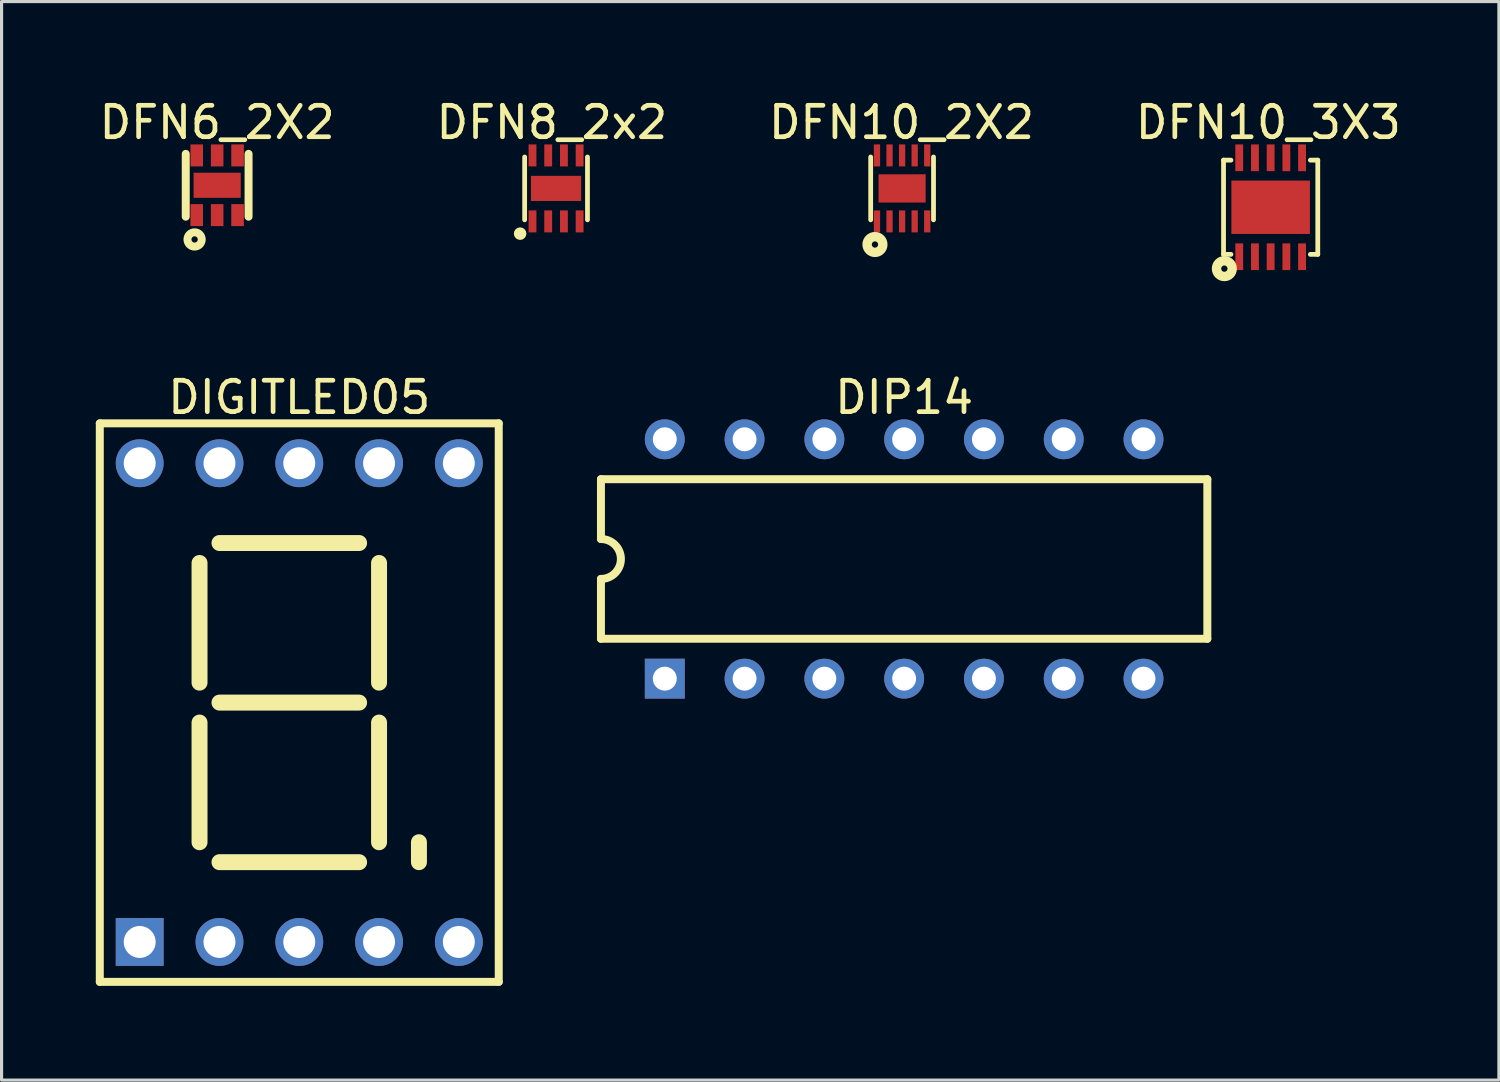
<source format=kicad_pcb>
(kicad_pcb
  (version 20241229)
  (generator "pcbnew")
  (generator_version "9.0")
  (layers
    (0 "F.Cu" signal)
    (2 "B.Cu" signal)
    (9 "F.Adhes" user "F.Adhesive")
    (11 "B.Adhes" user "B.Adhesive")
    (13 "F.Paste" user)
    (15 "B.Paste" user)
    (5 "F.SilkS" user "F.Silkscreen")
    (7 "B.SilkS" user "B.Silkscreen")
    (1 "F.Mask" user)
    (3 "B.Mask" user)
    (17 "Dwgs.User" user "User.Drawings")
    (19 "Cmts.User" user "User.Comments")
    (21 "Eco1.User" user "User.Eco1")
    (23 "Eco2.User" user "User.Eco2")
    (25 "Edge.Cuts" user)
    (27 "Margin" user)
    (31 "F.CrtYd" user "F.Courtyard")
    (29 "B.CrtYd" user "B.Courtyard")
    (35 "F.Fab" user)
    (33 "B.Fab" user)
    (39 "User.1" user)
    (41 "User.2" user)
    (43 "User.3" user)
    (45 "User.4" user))
  (footprint "DFN10_2X2"
    (layer "F.Cu")
    (at 25.668 2.948)
    (property "Reference" "DFN10_2X2" (at -0.019 -2.1 0) (layer "F.SilkS") (effects (font (size 1 1) (thickness 0.15))))
    (fp_line (start -1 1) (end -1 -1) (stroke (width 0.152) (type solid)) (layer "F.SilkS"))
    (fp_line (start 1 1) (end 1 -1) (stroke (width 0.152) (type solid)) (layer "F.SilkS"))
    (fp_circle (center -0.864 1.786) (end -0.864 1.686) (stroke (width 0.3) (type solid)) (fill no) (layer "F.SilkS"))
    (pad "0" smd rect (at 0 0) (size 1.5 0.9) (layers "F.Cu" "F.Mask" "F.Paste"))
    (pad "1" smd rect (at -0.8 1.05 90) (size 0.7 0.2) (layers "F.Cu" "F.Mask" "F.Paste"))
    (pad "2" smd rect (at -0.4 1.05 90) (size 0.7 0.2) (layers "F.Cu" "F.Mask" "F.Paste"))
    (pad "3" smd rect (at 0 1.05 90) (size 0.7 0.2) (layers "F.Cu" "F.Mask" "F.Paste"))
    (pad "4" smd rect (at 0.4 1.05 90) (size 0.7 0.2) (layers "F.Cu" "F.Mask" "F.Paste"))
    (pad "5" smd rect (at 0.8 1.05 90) (size 0.7 0.2) (layers "F.Cu" "F.Mask" "F.Paste"))
    (pad "6" smd rect (at 0.8 -1.05 270) (size 0.7 0.2) (layers "F.Cu" "F.Mask" "F.Paste"))
    (pad "7" smd rect (at 0.4 -1.05 270) (size 0.7 0.2) (layers "F.Cu" "F.Mask" "F.Paste"))
    (pad "8" smd rect (at 0 -1.05 270) (size 0.7 0.2) (layers "F.Cu" "F.Mask" "F.Paste"))
    (pad "9" smd rect (at -0.4 -1.05 270) (size 0.7 0.2) (layers "F.Cu" "F.Mask" "F.Paste"))
    (pad "10" smd rect (at -0.8 -1.05 270) (size 0.7 0.2) (layers "F.Cu" "F.Mask" "F.Paste")))
  (footprint "DIP14"
    (layer "F.Cu")
    (at 18.113 18.555)
    (property "Reference" "DIP14" (at 7.62 -8.955 0) (layer "F.SilkS") (effects (font (size 1 1) (thickness 0.15))))
    (fp_line (start -2.032 -6.35) (end 17.272 -6.35) (stroke (width 0.254) (type solid)) (layer "F.SilkS"))
    (fp_line (start -2.032 -4.445) (end -2.032 -6.35) (stroke (width 0.254) (type solid)) (layer "F.SilkS"))
    (fp_line (start -2.032 -1.27) (end -2.032 -3.175) (stroke (width 0.254) (type solid)) (layer "F.SilkS"))
    (fp_line (start -2.032 -1.27) (end 17.272 -1.27) (stroke (width 0.254) (type solid)) (layer "F.SilkS"))
    (fp_line (start 17.272 -1.27) (end 17.272 -6.35) (stroke (width 0.254) (type solid)) (layer "F.SilkS"))
    (fp_arc (start -2.032 -4.445) (mid -1.397 -3.81) (end -2.032 -3.175) (stroke (width 0.254) (type solid)) (layer "F.SilkS"))
    (pad "1" thru_hole rect (at 0 0) (size 1.27 1.27) (drill 0.762) (layers "*.Cu" "*.Mask"))
    (pad "2" thru_hole circle (at 2.54 0) (size 1.27 1.27) (drill 0.762) (layers "*.Cu" "*.Mask"))
    (pad "3" thru_hole circle (at 5.08 0) (size 1.27 1.27) (drill 0.762) (layers "*.Cu" "*.Mask"))
    (pad "4" thru_hole circle (at 7.62 0) (size 1.27 1.27) (drill 0.762) (layers "*.Cu" "*.Mask"))
    (pad "5" thru_hole circle (at 10.16 0) (size 1.27 1.27) (drill 0.762) (layers "*.Cu" "*.Mask"))
    (pad "6" thru_hole circle (at 12.7 0) (size 1.27 1.27) (drill 0.762) (layers "*.Cu" "*.Mask"))
    (pad "7" thru_hole circle (at 15.24 0) (size 1.27 1.27) (drill 0.762) (layers "*.Cu" "*.Mask"))
    (pad "8" thru_hole circle (at 15.24 -7.62) (size 1.27 1.27) (drill 0.762) (layers "*.Cu" "*.Mask"))
    (pad "9" thru_hole circle (at 12.7 -7.62) (size 1.27 1.27) (drill 0.762) (layers "*.Cu" "*.Mask"))
    (pad "10" thru_hole circle (at 10.16 -7.62) (size 1.27 1.27) (drill 0.762) (layers "*.Cu" "*.Mask"))
    (pad "11" thru_hole circle (at 7.62 -7.62) (size 1.27 1.27) (drill 0.762) (layers "*.Cu" "*.Mask"))
    (pad "12" thru_hole circle (at 5.08 -7.62) (size 1.27 1.27) (drill 0.762) (layers "*.Cu" "*.Mask"))
    (pad "13" thru_hole circle (at 2.54 -7.62) (size 1.27 1.27) (drill 0.762) (layers "*.Cu" "*.Mask"))
    (pad "14" thru_hole circle (at 0 -7.62) (size 1.27 1.27) (drill 0.762) (layers "*.Cu" "*.Mask")))
  (footprint "DFN8_2x2"
    (layer "F.Cu")
    (at 14.652 2.948)
    (property "Reference" "DFN8_2x2" (at -0.134 -2.1 0) (layer "F.SilkS") (effects (font (size 1 1) (thickness 0.15))))
    (fp_line (start -1 1) (end -1 -1) (stroke (width 0.152) (type solid)) (layer "F.SilkS"))
    (fp_line (start 1 1) (end 1 -1) (stroke (width 0.152) (type solid)) (layer "F.SilkS"))
    (fp_circle (center -1.144 1.44) (end -1.144 1.34) (stroke (width 0.2) (type solid)) (fill no) (layer "F.SilkS"))
    (pad "0" smd rect (at 0 0 270) (size 0.8 1.6) (layers "F.Cu" "F.Mask" "F.Paste"))
    (pad "1" smd rect (at -0.75 1.05 270) (size 0.7 0.25) (layers "F.Cu" "F.Mask" "F.Paste"))
    (pad "2" smd rect (at -0.25 1.05 270) (size 0.7 0.25) (layers "F.Cu" "F.Mask" "F.Paste"))
    (pad "3" smd rect (at 0.25 1.05 270) (size 0.7 0.25) (layers "F.Cu" "F.Mask" "F.Paste"))
    (pad "4" smd rect (at 0.75 1.05 270) (size 0.7 0.25) (layers "F.Cu" "F.Mask" "F.Paste"))
    (pad "5" smd rect (at 0.75 -1.05 90) (size 0.7 0.25) (layers "F.Cu" "F.Mask" "F.Paste"))
    (pad "6" smd rect (at 0.25 -1.05 90) (size 0.7 0.25) (layers "F.Cu" "F.Mask" "F.Paste"))
    (pad "7" smd rect (at -0.25 -1.05 90) (size 0.7 0.25) (layers "F.Cu" "F.Mask" "F.Paste"))
    (pad "8" smd rect (at -0.75 -1.05 90) (size 0.7 0.25) (layers "F.Cu" "F.Mask" "F.Paste")))
  (footprint "DFN6_2X2"
    (layer "F.Cu")
    (at 3.863 2.848)
    (property "Reference" "DFN6_2X2" (at 0.000005 -2 0) (layer "F.SilkS") (effects (font (size 1 1) (thickness 0.15))))
    (fp_line (start -1 1) (end -1 -1) (stroke (width 0.254) (type solid)) (layer "F.SilkS"))
    (fp_line (start 1 1) (end 1 -1) (stroke (width 0.254) (type solid)) (layer "F.SilkS"))
    (fp_circle (center -0.718 1.725) (end -0.718 1.625) (stroke (width 0.254) (type solid)) (fill no) (layer "F.SilkS"))
    (pad "0" smd rect (at 0.00001 -0.00001 270) (size 0.8 1.5) (layers "F.Cu" "F.Mask" "F.Paste"))
    (pad "1" smd rect (at -0.65 0.95) (size 0.4 0.7) (layers "F.Cu" "F.Mask" "F.Paste"))
    (pad "2" smd rect (at 0.00001 0.95) (size 0.4 0.7) (layers "F.Cu" "F.Mask" "F.Paste"))
    (pad "3" smd rect (at 0.65 0.95) (size 0.4 0.7) (layers "F.Cu" "F.Mask" "F.Paste"))
    (pad "4" smd rect (at 0.65 -0.95 180) (size 0.4 0.7) (layers "F.Cu" "F.Mask" "F.Paste"))
    (pad "5" smd rect (at 0.00001 -0.95) (size 0.4 0.7) (layers "F.Cu" "F.Mask" "F.Paste"))
    (pad "6" smd rect (at -0.65 -0.95) (size 0.4 0.7) (layers "F.Cu" "F.Mask" "F.Paste")))
  (footprint "DIGITLED05"
    (layer "F.Cu")
    (at 1.397 26.937)
    (property "Reference" "DIGITLED05" (at 5.08 -17.337 0) (layer "F.SilkS") (effects (font (size 1 1) (thickness 0.15))))
    (fp_line (start -1.27 -16.51) (end 11.43 -16.51) (stroke (width 0.254) (type solid)) (layer "F.SilkS"))
    (fp_line (start -1.27 1.27) (end -1.27 -16.51) (stroke (width 0.254) (type solid)) (layer "F.SilkS"))
    (fp_line (start -1.27 1.27) (end 11.43 1.27) (stroke (width 0.254) (type solid)) (layer "F.SilkS"))
    (fp_line (start 1.905 -8.255) (end 1.905 -12.065) (stroke (width 0.508) (type solid)) (layer "F.SilkS"))
    (fp_line (start 1.905 -3.175) (end 1.905 -6.985) (stroke (width 0.508) (type solid)) (layer "F.SilkS"))
    (fp_line (start 2.54 -12.7) (end 6.985 -12.7) (stroke (width 0.508) (type solid)) (layer "F.SilkS"))
    (fp_line (start 2.54 -7.62) (end 6.985 -7.62) (stroke (width 0.508) (type solid)) (layer "F.SilkS"))
    (fp_line (start 2.54 -2.54) (end 6.985 -2.54) (stroke (width 0.508) (type solid)) (layer "F.SilkS"))
    (fp_line (start 7.62 -8.255) (end 7.62 -12.065) (stroke (width 0.508) (type solid)) (layer "F.SilkS"))
    (fp_line (start 7.62 -3.175) (end 7.62 -6.985) (stroke (width 0.508) (type solid)) (layer "F.SilkS"))
    (fp_line (start 8.89 -2.54) (end 8.89 -3.175) (stroke (width 0.508) (type solid)) (layer "F.SilkS"))
    (fp_line (start 11.43 1.27) (end 11.43 -16.51) (stroke (width 0.254) (type solid)) (layer "F.SilkS"))
    (pad "1" thru_hole rect (at 0 0) (size 1.524 1.524) (drill 1.016) (layers "*.Cu" "*.Mask"))
    (pad "2" thru_hole circle (at 2.54 0) (size 1.524 1.524) (drill 1.016) (layers "*.Cu" "*.Mask"))
    (pad "3" thru_hole circle (at 5.08 0) (size 1.524 1.524) (drill 1.016) (layers "*.Cu" "*.Mask"))
    (pad "4" thru_hole circle (at 7.62 0) (size 1.524 1.524) (drill 1.016) (layers "*.Cu" "*.Mask"))
    (pad "5" thru_hole circle (at 10.16 0) (size 1.524 1.524) (drill 1.016) (layers "*.Cu" "*.Mask"))
    (pad "6" thru_hole circle (at 10.16 -15.24) (size 1.524 1.524) (drill 1.016) (layers "*.Cu" "*.Mask"))
    (pad "7" thru_hole circle (at 7.62 -15.24) (size 1.524 1.524) (drill 1.016) (layers "*.Cu" "*.Mask"))
    (pad "8" thru_hole circle (at 5.08 -15.24) (size 1.524 1.524) (drill 1.016) (layers "*.Cu" "*.Mask"))
    (pad "9" thru_hole circle (at 2.54 -15.24) (size 1.524 1.524) (drill 1.016) (layers "*.Cu" "*.Mask"))
    (pad "10" thru_hole circle (at 0 -15.24) (size 1.524 1.524) (drill 1.016) (layers "*.Cu" "*.Mask")))
  (footprint "DFN10_3X3"
    (layer "F.Cu")
    (at 37.401 3.548)
    (property "Reference" "DFN10_3X3" (at -0.074 -2.7 0) (layer "F.SilkS") (effects (font (size 1 1) (thickness 0.15))))
    (fp_line (start -1.5 -1.5) (end -1.264 -1.5) (stroke (width 0.152) (type solid)) (layer "F.SilkS"))
    (fp_line (start -1.5 1.5) (end -1.5 -1.5) (stroke (width 0.152) (type solid)) (layer "F.SilkS"))
    (fp_line (start -1.5 1.5) (end -1.264 1.5) (stroke (width 0.152) (type solid)) (layer "F.SilkS"))
    (fp_line (start 1.264 -1.5) (end 1.5 -1.5) (stroke (width 0.152) (type solid)) (layer "F.SilkS"))
    (fp_line (start 1.264 1.5) (end 1.5 1.5) (stroke (width 0.152) (type solid)) (layer "F.SilkS"))
    (fp_line (start 1.5 1.5) (end 1.5 -1.5) (stroke (width 0.152) (type solid)) (layer "F.SilkS"))
    (fp_circle (center -1.474 1.954) (end -1.474 1.854) (stroke (width 0.3) (type solid)) (fill no) (layer "F.SilkS"))
    (pad "0" smd rect (at 0 0) (size 2.5 1.7) (layers "F.Cu" "F.Mask" "F.Paste"))
    (pad "1" smd rect (at -1 1.575 90) (size 0.85 0.25) (layers "F.Cu" "F.Mask" "F.Paste"))
    (pad "2" smd rect (at -0.5 1.575 90) (size 0.85 0.25) (layers "F.Cu" "F.Mask" "F.Paste"))
    (pad "3" smd rect (at 0 1.575 90) (size 0.85 0.25) (layers "F.Cu" "F.Mask" "F.Paste"))
    (pad "4" smd rect (at 0.5 1.575 90) (size 0.85 0.25) (layers "F.Cu" "F.Mask" "F.Paste"))
    (pad "5" smd rect (at 1 1.575 90) (size 0.85 0.25) (layers "F.Cu" "F.Mask" "F.Paste"))
    (pad "6" smd rect (at 1 -1.575 270) (size 0.85 0.25) (layers "F.Cu" "F.Mask" "F.Paste"))
    (pad "7" smd rect (at 0.5 -1.575 270) (size 0.85 0.25) (layers "F.Cu" "F.Mask" "F.Paste"))
    (pad "8" smd rect (at 0 -1.575 270) (size 0.85 0.25) (layers "F.Cu" "F.Mask" "F.Paste"))
    (pad "9" smd rect (at -0.5 -1.575 270) (size 0.85 0.25) (layers "F.Cu" "F.Mask" "F.Paste"))
    (pad "10" smd rect (at -1 -1.575 270) (size 0.85 0.25) (layers "F.Cu" "F.Mask" "F.Paste")))
  (gr_rect
    (start -3 -3)
    (end 44.667 31.334)
    (stroke (width 0.1) (type default))
    (fill no)
    (layer "Edge.Cuts")))
</source>
